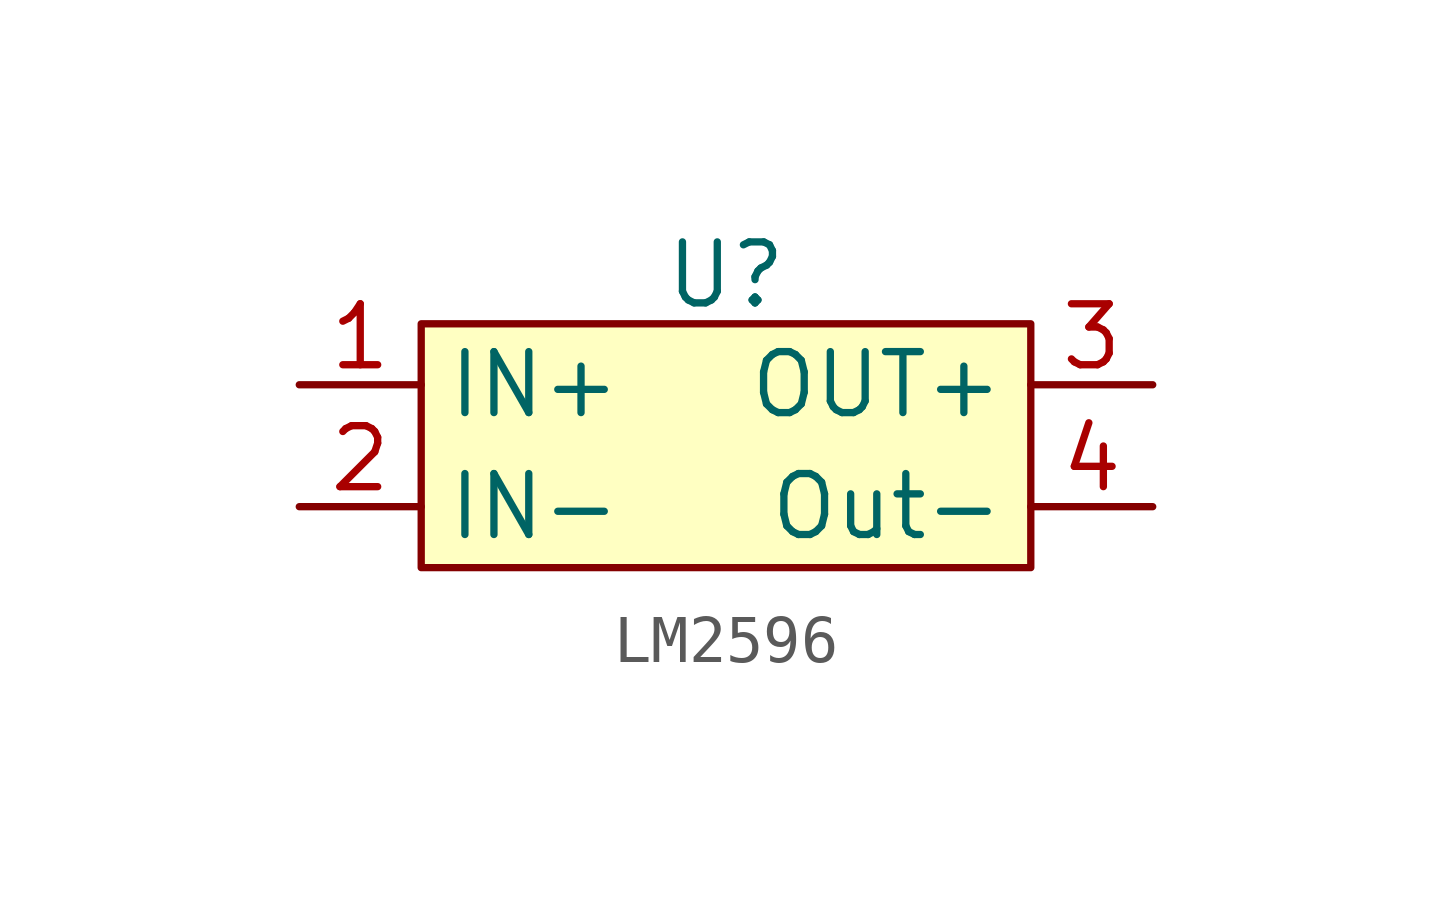
<source format=kicad_sym>
(kicad_symbol_lib
  (version 20231120)
  (generator "kicad_symbol_editor")
  (generator_version "8.0")
  (symbol "LM2596"
    (property "Reference" "U"
      (at 0 3.556 0)
      (do_not_autoplace)
      (effects (font (size 1.27 1.27))))
    (property "Value" ""
      (at 0 0 0)
      (effects (font (size 1.27 1.27))))
    (symbol "LM2596_1_1"
      (rectangle (start -6.35 2.54) (end 6.35 -2.54) (stroke (width 0) (type default)) (fill (type background)))
      (pin input line (at -8.89 1.27 0) (length 2.54) (name "IN+" (effects (font (size 1.27 1.27)))) (number "1" (effects (font (size 1.27 1.27)))))
      (pin input line (at -8.89 -1.27 0) (length 2.54) (name "IN-" (effects (font (size 1.27 1.27)))) (number "2" (effects (font (size 1.27 1.27)))))
      (pin output line (at 8.89 1.27 180) (length 2.54) (name "OUT+" (effects (font (size 1.27 1.27)))) (number "3" (effects (font (size 1.27 1.27)))))
      (pin output line (at 8.89 -1.27 180) (length 2.54) (name "Out-" (effects (font (size 1.27 1.27)))) (number "4" (effects (font (size 1.27 1.27))))))))
</source>
